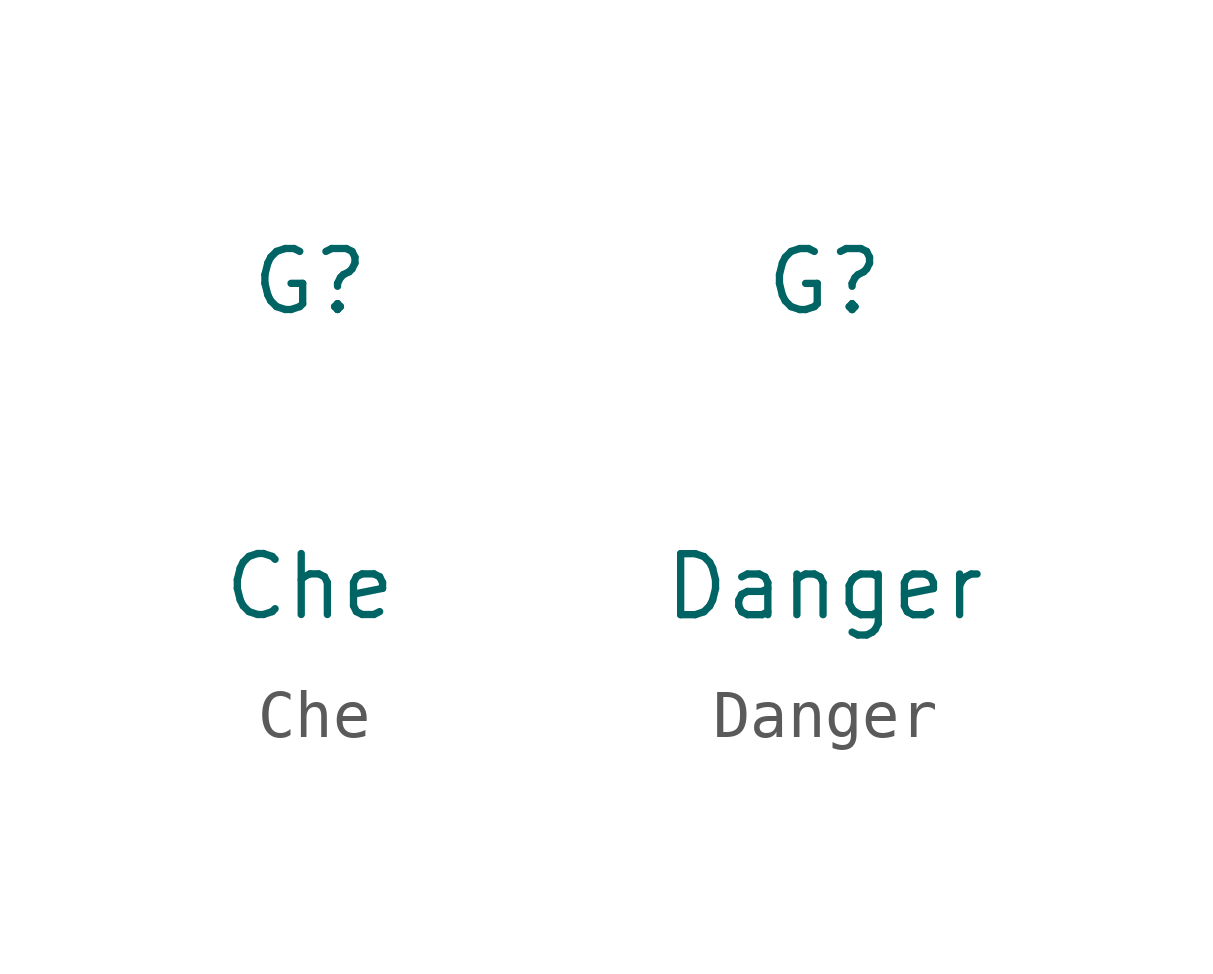
<source format=kicad_sym>
(kicad_symbol_lib
  (version 20241209)
  (generator "kicad_symbol_editor")
  (generator_version "9.0")
  (symbol "Che"
    (property "Reference" "G"
      (at -0.508 2.286 0)
      (effects (font (size 1.27 1.27))))
    (property "Value" "Che"
      (at -0.508 -4.064 0)
      (effects (font (size 1.27 1.27))))
    (symbol "Che_1_0"
      (polyline (pts (xy -0.925 0.211) (xy -0.898 0.209) (xy -0.872 0.206) (xy -0.846 0.201) (xy -0.82 0.195) (xy -0.795 0.188) (xy -0.771 0.18) (xy -0.747 0.17) (xy -0.723 0.16) (xy -0.7 0.148) (xy -0.678 0.135) (xy -0.657 0.121) (xy -0.636 0.106) (xy -0.616 0.091) (xy -0.597 0.074) (xy -0.578 0.057) (xy -0.561 0.038) (xy -0.544 0.019) (xy -0.528 -0.001) (xy -0.514 -0.022) (xy -0.5 -0.043) (xy -0.487 -0.065) (xy -0.475 -0.088) (xy -0.465 -0.112) (xy -0.455 -0.136) (xy -0.447 -0.16) (xy -0.44 -0.185) (xy -0.434 -0.211) (xy -0.429 -0.237) (xy -0.426 -0.263) (xy -0.424 -0.29) (xy -0.423 -0.318) (xy -0.424 -0.345) (xy -0.426 -0.372) (xy -0.429 -0.398) (xy -0.434 -0.424) (xy -0.44 -0.45) (xy -0.447 -0.475) (xy -0.455 -0.499) (xy -0.465 -0.523) (xy -0.475 -0.547) (xy -0.487 -0.57) (xy -0.5 -0.592) (xy -0.514 -0.613) (xy -0.528 -0.634) (xy -0.544 -0.654) (xy -0.561 -0.673) (xy -0.578 -0.692) (xy -0.597 -0.709) (xy -0.616 -0.726) (xy -0.636 -0.742) (xy -0.657 -0.756) (xy -0.678 -0.77) (xy -0.7 -0.783) (xy -0.723 -0.794) (xy -0.747 -0.805) (xy -0.771 -0.815) (xy -0.795 -0.823) (xy -0.82 -0.83) (xy -0.846 -0.836) (xy -0.872 -0.841) (xy -0.898 -0.844) (xy -0.925 -0.846) (xy -0.953 -0.847) (xy -0.98 -0.846) (xy -1.007 -0.844) (xy -1.033 -0.841) (xy -1.059 -0.836) (xy -1.085 -0.83) (xy -1.11 -0.823) (xy -1.134 -0.815) (xy -1.159 -0.805) (xy -1.182 -0.794) (xy -1.205 -0.783) (xy -1.227 -0.77) (xy -1.248 -0.756) (xy -1.269 -0.742) (xy -1.289 -0.726) (xy -1.308 -0.709) (xy -1.327 -0.692) (xy -1.344 -0.673) (xy -1.361 -0.654) (xy -1.377 -0.634) (xy -1.391 -0.613) (xy -1.405 -0.592) (xy -1.418 -0.57) (xy -1.429 -0.547) (xy -1.44 -0.523) (xy -1.45 -0.499) (xy -1.458 -0.475) (xy -1.465 -0.45) (xy -1.471 -0.424) (xy -1.476 -0.398) (xy -1.479 -0.372) (xy -1.481 -0.345) (xy -1.482 -0.318) (xy -1.481 -0.29) (xy -1.479 -0.263) (xy -1.476 -0.237) (xy -1.471 -0.211) (xy -1.465 -0.185) (xy -1.458 -0.16) (xy -1.45 -0.136) (xy -1.44 -0.112) (xy -1.429 -0.088) (xy -1.418 -0.065) (xy -1.405 -0.043) (xy -1.391 -0.022) (xy -1.377 -0.001) (xy -1.361 0.019) (xy -1.344 0.038) (xy -1.327 0.057) (xy -1.308 0.074) (xy -1.289 0.091) (xy -1.269 0.106) (xy -1.248 0.121) (xy -1.227 0.135) (xy -1.205 0.148) (xy -1.182 0.16) (xy -1.159 0.17) (xy -1.134 0.18) (xy -1.11 0.188) (xy -1.085 0.195) (xy -1.059 0.201) (xy -1.033 0.206) (xy -1.007 0.209) (xy -0.98 0.211) (xy -0.953 0.212) (xy -0.925 0.211)) (stroke (width -0.0001) (type solid)) (fill (type color) (color 0 0 0 0)))
      (polyline (pts (xy 1.442 1.27) (xy 1.456 1.269) (xy 1.469 1.267) (xy 1.482 1.265) (xy 1.495 1.262) (xy 1.508 1.258) (xy 1.52 1.254) (xy 1.532 1.249) (xy 1.544 1.244) (xy 1.555 1.238) (xy 1.566 1.232) (xy 1.577 1.225) (xy 1.587 1.218) (xy 1.597 1.21) (xy 1.607 1.201) (xy 1.616 1.193) (xy 1.625 1.183) (xy 1.633 1.174) (xy 1.641 1.164) (xy 1.648 1.153) (xy 1.655 1.143) (xy 1.661 1.132) (xy 1.667 1.12) (xy 1.673 1.109) (xy 1.677 1.096) (xy 1.681 1.084) (xy 1.685 1.072) (xy 1.688 1.059) (xy 1.69 1.046) (xy 1.692 1.032) (xy 1.693 1.019) (xy 1.693 1.005) (xy 1.693 -2.699) (xy 1.693 -2.712) (xy 1.692 -2.726) (xy 1.69 -2.739) (xy 1.688 -2.752) (xy 1.685 -2.765) (xy 1.681 -2.777) (xy 1.677 -2.79) (xy 1.673 -2.802) (xy 1.667 -2.813) (xy 1.661 -2.825) (xy 1.655 -2.836) (xy 1.648 -2.847) (xy 1.641 -2.857) (xy 1.633 -2.867) (xy 1.625 -2.877) (xy 1.616 -2.886) (xy 1.607 -2.895) (xy 1.597 -2.903) (xy 1.587 -2.911) (xy 1.577 -2.918) (xy 1.566 -2.925) (xy 1.555 -2.931) (xy 1.544 -2.937) (xy 1.532 -2.943) (xy 1.52 -2.947) (xy 1.508 -2.951) (xy 1.495 -2.955) (xy 1.482 -2.958) (xy 1.469 -2.96) (xy 1.456 -2.962) (xy 1.442 -2.963) (xy 1.429 -2.963) (xy -2.275 -2.963) (xy -2.289 -2.963) (xy -2.303 -2.962) (xy -2.316 -2.96) (xy -2.329 -2.958) (xy -2.342 -2.955) (xy -2.354 -2.951) (xy -2.366 -2.947) (xy -2.378 -2.943) (xy -2.39 -2.937) (xy -2.402 -2.931) (xy -2.413 -2.925) (xy -2.423 -2.918) (xy -2.434 -2.911) (xy -2.444 -2.903) (xy -2.453 -2.895) (xy -2.463 -2.886) (xy -2.471 -2.877) (xy -2.48 -2.867) (xy -2.487 -2.857) (xy -2.495 -2.847) (xy -2.502 -2.836) (xy -2.508 -2.825) (xy -2.514 -2.813) (xy -2.519 -2.802) (xy -2.524 -2.79) (xy -2.528 -2.777) (xy -2.532 -2.765) (xy -2.535 -2.752) (xy -2.537 -2.739) (xy -2.539 -2.726) (xy -2.54 -2.712) (xy -2.54 -2.699) (xy -2.54 -2.434) (xy -2.011 -2.434) (xy -1.428 -2.434) (xy 0.187 -0.819) (xy 0.197 -0.809) (xy 0.207 -0.8) (xy 0.218 -0.792) (xy 0.229 -0.785) (xy 0.24 -0.778) (xy 0.251 -0.771) (xy 0.263 -0.766) (xy 0.275 -0.76) (xy 0.287 -0.756) (xy 0.299 -0.752) (xy 0.311 -0.749) (xy 0.324 -0.746) (xy 0.336 -0.744) (xy 0.349 -0.742) (xy 0.362 -0.742) (xy 0.374 -0.741) (xy 0.387 -0.742) (xy 0.4 -0.742) (xy 0.412 -0.744) (xy 0.425 -0.746) (xy 0.437 -0.749) (xy 0.45 -0.752) (xy 0.462 -0.756) (xy 0.474 -0.76) (xy 0.486 -0.766) (xy 0.497 -0.771) (xy 0.509 -0.778) (xy 0.52 -0.785) (xy 0.531 -0.792) (xy 0.541 -0.8) (xy 0.551 -0.809) (xy 0.561 -0.819) (xy 1.164 -1.421) (xy 1.164 0.741) (xy -2.011 0.741) (xy -2.011 -2.434) (xy -2.54 -2.434) (xy -2.54 1.005) (xy -2.54 1.019) (xy -2.539 1.032) (xy -2.537 1.046) (xy -2.535 1.059) (xy -2.532 1.072) (xy -2.528 1.084) (xy -2.524 1.096) (xy -2.519 1.109) (xy -2.514 1.12) (xy -2.508 1.132) (xy -2.502 1.143) (xy -2.495 1.153) (xy -2.487 1.164) (xy -2.48 1.174) (xy -2.471 1.183) (xy -2.463 1.193) (xy -2.453 1.201) (xy -2.444 1.21) (xy -2.434 1.218) (xy -2.423 1.225) (xy -2.413 1.232) (xy -2.402 1.238) (xy -2.39 1.244) (xy -2.378 1.249) (xy -2.366 1.254) (xy -2.354 1.258) (xy -2.342 1.262) (xy -2.329 1.265) (xy -2.316 1.267) (xy -2.303 1.269) (xy -2.289 1.27) (xy -2.275 1.27) (xy 1.429 1.27) (xy 1.442 1.27)) (stroke (width -0.0001) (type solid)) (fill (type color) (color 0 0 0 0)))))
  (symbol "Danger"
    (property "Reference" "G"
      (at 0 2.286 0)
      (effects (font (size 1.27 1.27))))
    (property "Value" "Danger"
      (at 0 -4.064 0)
      (effects (font (size 1.27 1.27))))
    (symbol "Danger_1_0"
      (polyline (pts (xy -0.925 0.211) (xy -0.898 0.209) (xy -0.872 0.206) (xy -0.846 0.201) (xy -0.82 0.195) (xy -0.795 0.188) (xy -0.771 0.18) (xy -0.747 0.17) (xy -0.723 0.16) (xy -0.7 0.148) (xy -0.678 0.135) (xy -0.657 0.121) (xy -0.636 0.106) (xy -0.616 0.091) (xy -0.597 0.074) (xy -0.578 0.057) (xy -0.561 0.038) (xy -0.544 0.019) (xy -0.528 -0.001) (xy -0.514 -0.022) (xy -0.5 -0.043) (xy -0.487 -0.065) (xy -0.475 -0.088) (xy -0.465 -0.112) (xy -0.455 -0.136) (xy -0.447 -0.16) (xy -0.44 -0.185) (xy -0.434 -0.211) (xy -0.429 -0.237) (xy -0.426 -0.263) (xy -0.424 -0.29) (xy -0.423 -0.318) (xy -0.424 -0.345) (xy -0.426 -0.372) (xy -0.429 -0.398) (xy -0.434 -0.424) (xy -0.44 -0.45) (xy -0.447 -0.475) (xy -0.455 -0.499) (xy -0.465 -0.523) (xy -0.475 -0.547) (xy -0.487 -0.57) (xy -0.5 -0.592) (xy -0.514 -0.613) (xy -0.528 -0.634) (xy -0.544 -0.654) (xy -0.561 -0.673) (xy -0.578 -0.692) (xy -0.597 -0.709) (xy -0.616 -0.726) (xy -0.636 -0.742) (xy -0.657 -0.756) (xy -0.678 -0.77) (xy -0.7 -0.783) (xy -0.723 -0.794) (xy -0.747 -0.805) (xy -0.771 -0.815) (xy -0.795 -0.823) (xy -0.82 -0.83) (xy -0.846 -0.836) (xy -0.872 -0.841) (xy -0.898 -0.844) (xy -0.925 -0.846) (xy -0.953 -0.847) (xy -0.98 -0.846) (xy -1.007 -0.844) (xy -1.033 -0.841) (xy -1.059 -0.836) (xy -1.085 -0.83) (xy -1.11 -0.823) (xy -1.134 -0.815) (xy -1.159 -0.805) (xy -1.182 -0.794) (xy -1.205 -0.783) (xy -1.227 -0.77) (xy -1.248 -0.756) (xy -1.269 -0.742) (xy -1.289 -0.726) (xy -1.308 -0.709) (xy -1.327 -0.692) (xy -1.344 -0.673) (xy -1.361 -0.654) (xy -1.377 -0.634) (xy -1.391 -0.613) (xy -1.405 -0.592) (xy -1.418 -0.57) (xy -1.429 -0.547) (xy -1.44 -0.523) (xy -1.45 -0.499) (xy -1.458 -0.475) (xy -1.465 -0.45) (xy -1.471 -0.424) (xy -1.476 -0.398) (xy -1.479 -0.372) (xy -1.481 -0.345) (xy -1.482 -0.318) (xy -1.481 -0.29) (xy -1.479 -0.263) (xy -1.476 -0.237) (xy -1.471 -0.211) (xy -1.465 -0.185) (xy -1.458 -0.16) (xy -1.45 -0.136) (xy -1.44 -0.112) (xy -1.429 -0.088) (xy -1.418 -0.065) (xy -1.405 -0.043) (xy -1.391 -0.022) (xy -1.377 -0.001) (xy -1.361 0.019) (xy -1.344 0.038) (xy -1.327 0.057) (xy -1.308 0.074) (xy -1.289 0.091) (xy -1.269 0.106) (xy -1.248 0.121) (xy -1.227 0.135) (xy -1.205 0.148) (xy -1.182 0.16) (xy -1.159 0.17) (xy -1.134 0.18) (xy -1.11 0.188) (xy -1.085 0.195) (xy -1.059 0.201) (xy -1.033 0.206) (xy -1.007 0.209) (xy -0.98 0.211) (xy -0.953 0.212) (xy -0.925 0.211)) (stroke (width -0.0001) (type solid)) (fill (type color) (color 0 0 0 0)))
      (polyline (pts (xy 1.442 1.27) (xy 1.456 1.269) (xy 1.469 1.267) (xy 1.482 1.265) (xy 1.495 1.262) (xy 1.508 1.258) (xy 1.52 1.254) (xy 1.532 1.249) (xy 1.544 1.244) (xy 1.555 1.238) (xy 1.566 1.232) (xy 1.577 1.225) (xy 1.587 1.218) (xy 1.597 1.21) (xy 1.607 1.201) (xy 1.616 1.193) (xy 1.625 1.183) (xy 1.633 1.174) (xy 1.641 1.164) (xy 1.648 1.153) (xy 1.655 1.143) (xy 1.661 1.132) (xy 1.667 1.12) (xy 1.673 1.109) (xy 1.677 1.096) (xy 1.681 1.084) (xy 1.685 1.072) (xy 1.688 1.059) (xy 1.69 1.046) (xy 1.692 1.032) (xy 1.693 1.019) (xy 1.693 1.005) (xy 1.693 -2.699) (xy 1.693 -2.712) (xy 1.692 -2.726) (xy 1.69 -2.739) (xy 1.688 -2.752) (xy 1.685 -2.765) (xy 1.681 -2.777) (xy 1.677 -2.79) (xy 1.673 -2.802) (xy 1.667 -2.813) (xy 1.661 -2.825) (xy 1.655 -2.836) (xy 1.648 -2.847) (xy 1.641 -2.857) (xy 1.633 -2.867) (xy 1.625 -2.877) (xy 1.616 -2.886) (xy 1.607 -2.895) (xy 1.597 -2.903) (xy 1.587 -2.911) (xy 1.577 -2.918) (xy 1.566 -2.925) (xy 1.555 -2.931) (xy 1.544 -2.937) (xy 1.532 -2.943) (xy 1.52 -2.947) (xy 1.508 -2.951) (xy 1.495 -2.955) (xy 1.482 -2.958) (xy 1.469 -2.96) (xy 1.456 -2.962) (xy 1.442 -2.963) (xy 1.429 -2.963) (xy -2.275 -2.963) (xy -2.289 -2.963) (xy -2.303 -2.962) (xy -2.316 -2.96) (xy -2.329 -2.958) (xy -2.342 -2.955) (xy -2.354 -2.951) (xy -2.366 -2.947) (xy -2.378 -2.943) (xy -2.39 -2.937) (xy -2.402 -2.931) (xy -2.413 -2.925) (xy -2.423 -2.918) (xy -2.434 -2.911) (xy -2.444 -2.903) (xy -2.453 -2.895) (xy -2.463 -2.886) (xy -2.471 -2.877) (xy -2.48 -2.867) (xy -2.487 -2.857) (xy -2.495 -2.847) (xy -2.502 -2.836) (xy -2.508 -2.825) (xy -2.514 -2.813) (xy -2.519 -2.802) (xy -2.524 -2.79) (xy -2.528 -2.777) (xy -2.532 -2.765) (xy -2.535 -2.752) (xy -2.537 -2.739) (xy -2.539 -2.726) (xy -2.54 -2.712) (xy -2.54 -2.699) (xy -2.54 -2.434) (xy -2.011 -2.434) (xy -1.428 -2.434) (xy 0.187 -0.819) (xy 0.197 -0.809) (xy 0.207 -0.8) (xy 0.218 -0.792) (xy 0.229 -0.785) (xy 0.24 -0.778) (xy 0.251 -0.771) (xy 0.263 -0.766) (xy 0.275 -0.76) (xy 0.287 -0.756) (xy 0.299 -0.752) (xy 0.311 -0.749) (xy 0.324 -0.746) (xy 0.336 -0.744) (xy 0.349 -0.742) (xy 0.362 -0.742) (xy 0.374 -0.741) (xy 0.387 -0.742) (xy 0.4 -0.742) (xy 0.412 -0.744) (xy 0.425 -0.746) (xy 0.437 -0.749) (xy 0.45 -0.752) (xy 0.462 -0.756) (xy 0.474 -0.76) (xy 0.486 -0.766) (xy 0.497 -0.771) (xy 0.509 -0.778) (xy 0.52 -0.785) (xy 0.531 -0.792) (xy 0.541 -0.8) (xy 0.551 -0.809) (xy 0.561 -0.819) (xy 1.164 -1.421) (xy 1.164 0.741) (xy -2.011 0.741) (xy -2.011 -2.434) (xy -2.54 -2.434) (xy -2.54 1.005) (xy -2.54 1.019) (xy -2.539 1.032) (xy -2.537 1.046) (xy -2.535 1.059) (xy -2.532 1.072) (xy -2.528 1.084) (xy -2.524 1.096) (xy -2.519 1.109) (xy -2.514 1.12) (xy -2.508 1.132) (xy -2.502 1.143) (xy -2.495 1.153) (xy -2.487 1.164) (xy -2.48 1.174) (xy -2.471 1.183) (xy -2.463 1.193) (xy -2.453 1.201) (xy -2.444 1.21) (xy -2.434 1.218) (xy -2.423 1.225) (xy -2.413 1.232) (xy -2.402 1.238) (xy -2.39 1.244) (xy -2.378 1.249) (xy -2.366 1.254) (xy -2.354 1.258) (xy -2.342 1.262) (xy -2.329 1.265) (xy -2.316 1.267) (xy -2.303 1.269) (xy -2.289 1.27) (xy -2.275 1.27) (xy 1.429 1.27) (xy 1.442 1.27)) (stroke (width -0.0001) (type solid)) (fill (type color) (color 0 0 0 0))))))
</source>
